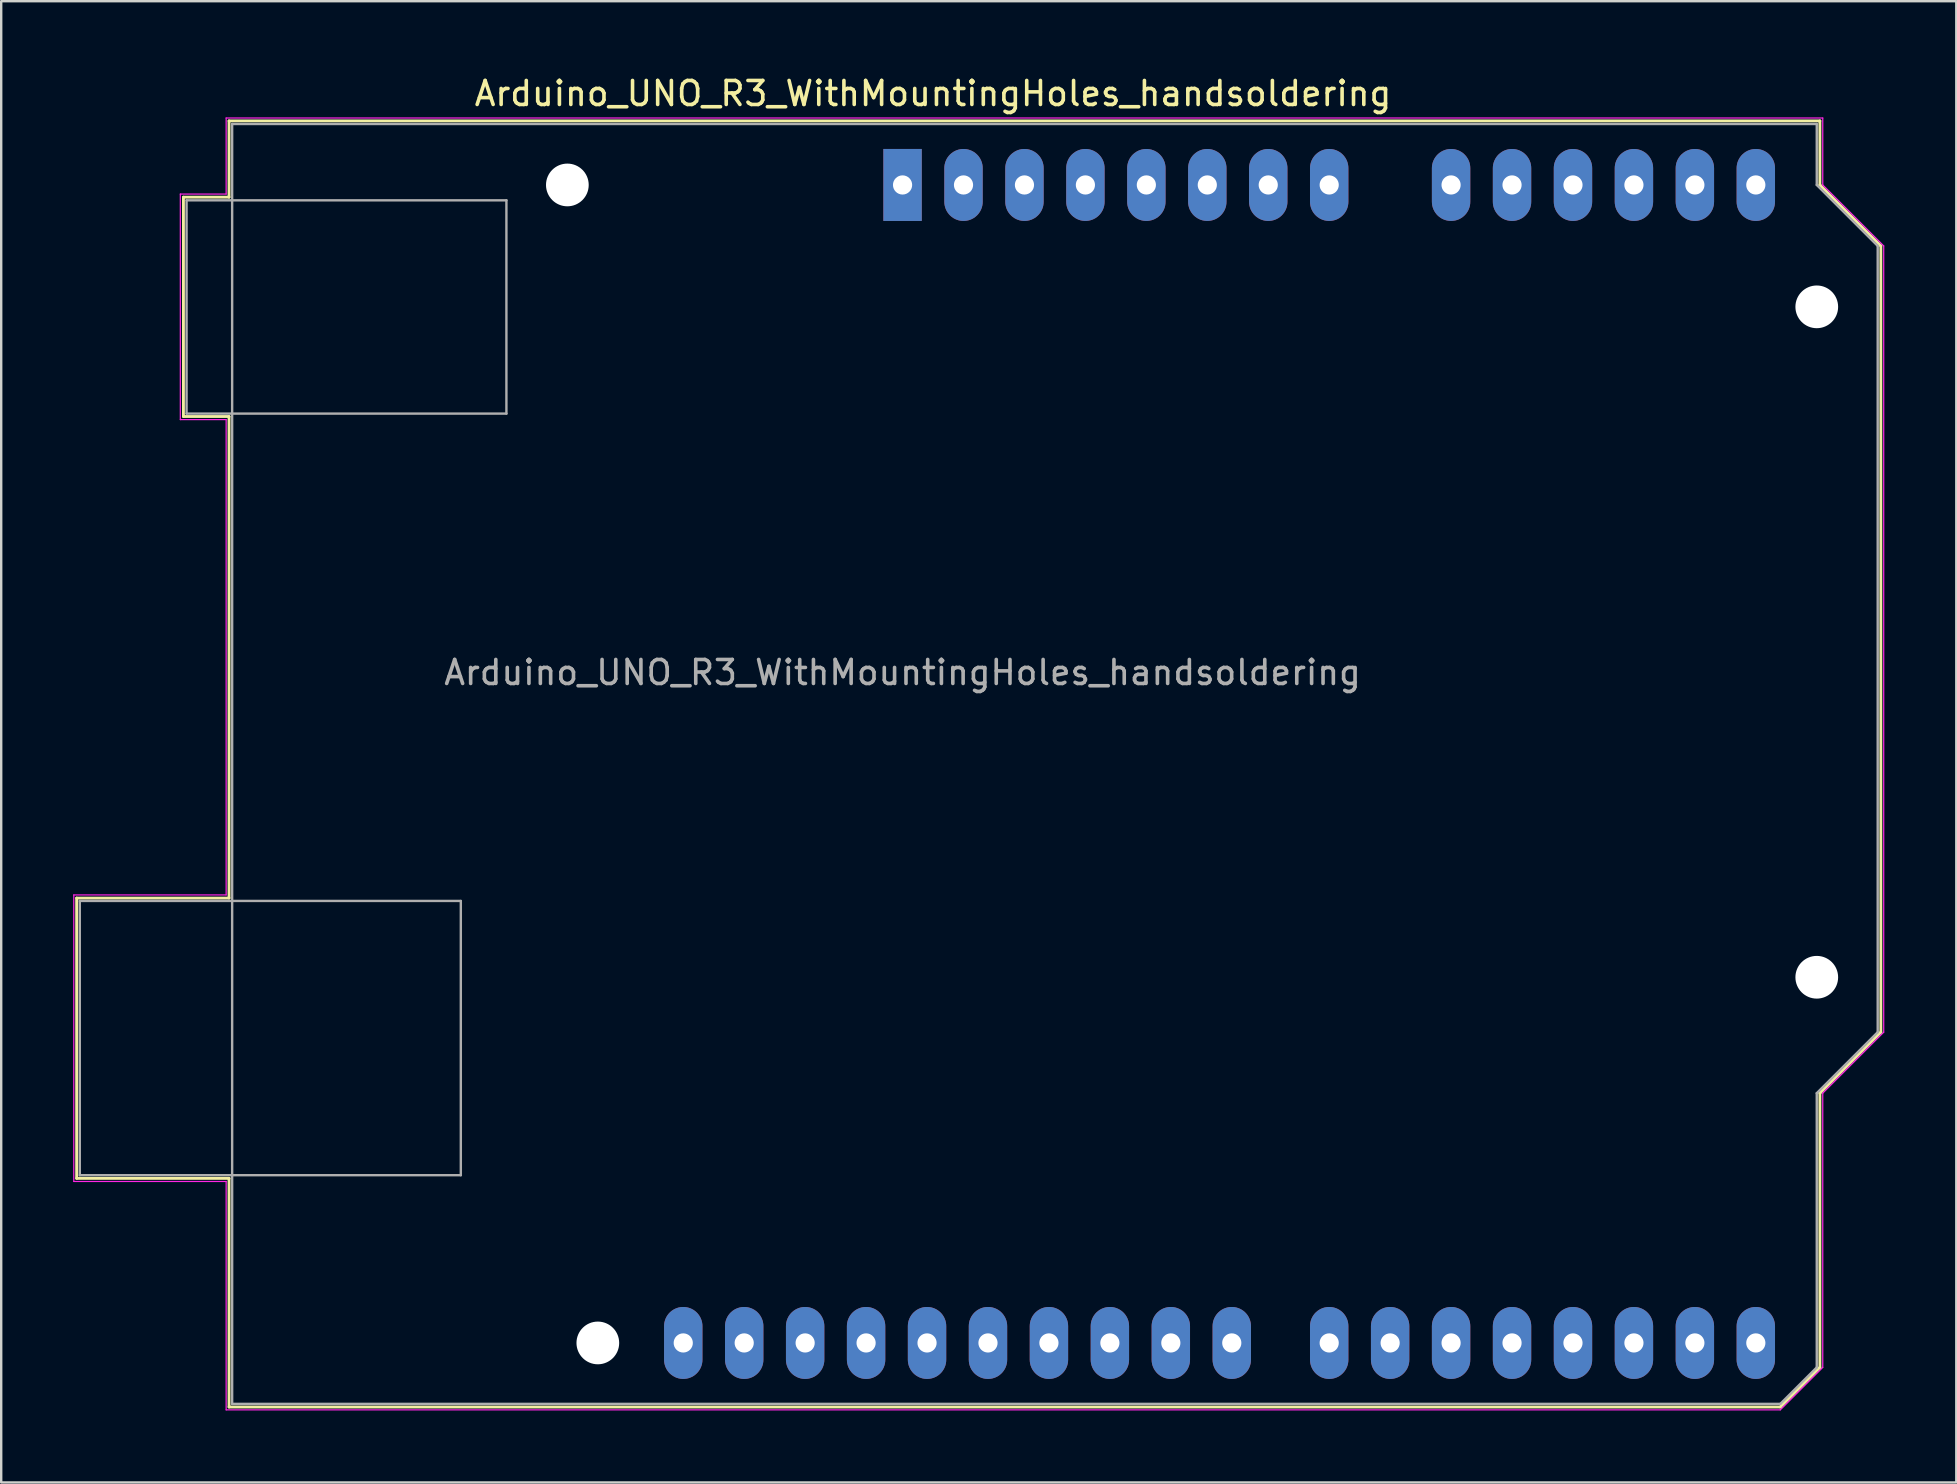
<source format=kicad_pcb>
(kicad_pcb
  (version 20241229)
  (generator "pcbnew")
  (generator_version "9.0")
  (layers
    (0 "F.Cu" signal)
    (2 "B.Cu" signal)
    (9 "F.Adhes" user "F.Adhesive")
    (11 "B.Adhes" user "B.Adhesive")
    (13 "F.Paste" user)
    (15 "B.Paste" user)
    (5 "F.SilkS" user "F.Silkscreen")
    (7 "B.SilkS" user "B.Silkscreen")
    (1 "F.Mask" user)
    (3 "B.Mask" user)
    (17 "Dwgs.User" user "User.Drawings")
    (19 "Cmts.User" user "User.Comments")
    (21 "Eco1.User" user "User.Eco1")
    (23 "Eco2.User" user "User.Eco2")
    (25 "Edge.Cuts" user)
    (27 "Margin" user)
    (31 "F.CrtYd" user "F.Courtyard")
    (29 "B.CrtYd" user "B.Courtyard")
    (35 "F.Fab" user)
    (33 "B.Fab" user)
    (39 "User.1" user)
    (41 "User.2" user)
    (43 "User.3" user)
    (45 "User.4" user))
  (footprint "Arduino_UNO_R3_WithMountingHoles_handsoldering"
    (layer "F.Cu")
    (at 34.565 4.658)
    (property "Reference" "Arduino_UNO_R3_WithMountingHoles_handsoldering" (at 1.27 -3.81 180) (layer "F.SilkS") (effects (font (size 1 1) (thickness 0.15))))
    (attr through_hole)
    (fp_line (start -34.42 29.72) (end -34.42 41.4) (stroke (width 0.12) (type solid)) (layer "F.SilkS"))
    (fp_line (start -34.42 41.4) (end -28.07 41.4) (stroke (width 0.12) (type solid)) (layer "F.SilkS"))
    (fp_line (start -29.97 0.51) (end -29.97 9.65) (stroke (width 0.12) (type solid)) (layer "F.SilkS"))
    (fp_line (start -29.97 9.65) (end -28.07 9.65) (stroke (width 0.12) (type solid)) (layer "F.SilkS"))
    (fp_line (start -28.07 -2.67) (end -28.07 0.51) (stroke (width 0.12) (type solid)) (layer "F.SilkS"))
    (fp_line (start -28.07 0.51) (end -29.97 0.51) (stroke (width 0.12) (type solid)) (layer "F.SilkS"))
    (fp_line (start -28.07 9.65) (end -28.07 29.72) (stroke (width 0.12) (type solid)) (layer "F.SilkS"))
    (fp_line (start -28.07 29.72) (end -34.42 29.72) (stroke (width 0.12) (type solid)) (layer "F.SilkS"))
    (fp_line (start -28.07 41.4) (end -28.07 50.93) (stroke (width 0.12) (type solid)) (layer "F.SilkS"))
    (fp_line (start -28.07 50.93) (end 36.58 50.93) (stroke (width 0.12) (type solid)) (layer "F.SilkS"))
    (fp_line (start 36.58 50.93) (end 38.23 49.28) (stroke (width 0.12) (type solid)) (layer "F.SilkS"))
    (fp_line (start 38.23 -2.67) (end -28.07 -2.67) (stroke (width 0.12) (type solid)) (layer "F.SilkS"))
    (fp_line (start 38.23 0) (end 38.23 -2.67) (stroke (width 0.12) (type solid)) (layer "F.SilkS"))
    (fp_line (start 38.23 37.85) (end 40.77 35.31) (stroke (width 0.12) (type solid)) (layer "F.SilkS"))
    (fp_line (start 38.23 49.28) (end 38.23 37.85) (stroke (width 0.12) (type solid)) (layer "F.SilkS"))
    (fp_line (start 40.77 2.54) (end 38.23 0) (stroke (width 0.12) (type solid)) (layer "F.SilkS"))
    (fp_line (start 40.77 35.31) (end 40.77 2.54) (stroke (width 0.12) (type solid)) (layer "F.SilkS"))
    (fp_line (start -34.54 29.59) (end -28.19 29.59) (stroke (width 0.05) (type solid)) (layer "F.CrtYd"))
    (fp_line (start -34.54 41.53) (end -34.54 29.59) (stroke (width 0.05) (type solid)) (layer "F.CrtYd"))
    (fp_line (start -30.1 0.38) (end -28.19 0.38) (stroke (width 0.05) (type solid)) (layer "F.CrtYd"))
    (fp_line (start -30.1 9.78) (end -30.1 0.38) (stroke (width 0.05) (type solid)) (layer "F.CrtYd"))
    (fp_line (start -28.19 -2.79) (end 38.35 -2.79) (stroke (width 0.05) (type solid)) (layer "F.CrtYd"))
    (fp_line (start -28.19 0.38) (end -28.19 -2.79) (stroke (width 0.05) (type solid)) (layer "F.CrtYd"))
    (fp_line (start -28.19 9.78) (end -30.1 9.78) (stroke (width 0.05) (type solid)) (layer "F.CrtYd"))
    (fp_line (start -28.19 29.59) (end -28.19 9.78) (stroke (width 0.05) (type solid)) (layer "F.CrtYd"))
    (fp_line (start -28.19 41.53) (end -34.54 41.53) (stroke (width 0.05) (type solid)) (layer "F.CrtYd"))
    (fp_line (start -28.19 51.05) (end -28.19 41.53) (stroke (width 0.05) (type solid)) (layer "F.CrtYd"))
    (fp_line (start 36.58 51.05) (end -28.19 51.05) (stroke (width 0.05) (type solid)) (layer "F.CrtYd"))
    (fp_line (start 38.35 -2.79) (end 38.35 0) (stroke (width 0.05) (type solid)) (layer "F.CrtYd"))
    (fp_line (start 38.35 0) (end 40.89 2.54) (stroke (width 0.05) (type solid)) (layer "F.CrtYd"))
    (fp_line (start 38.35 37.85) (end 38.35 49.28) (stroke (width 0.05) (type solid)) (layer "F.CrtYd"))
    (fp_line (start 38.35 49.28) (end 36.58 51.05) (stroke (width 0.05) (type solid)) (layer "F.CrtYd"))
    (fp_line (start 40.89 2.54) (end 40.89 35.31) (stroke (width 0.05) (type solid)) (layer "F.CrtYd"))
    (fp_line (start 40.89 35.31) (end 38.35 37.85) (stroke (width 0.05) (type solid)) (layer "F.CrtYd"))
    (fp_line (start -34.29 29.84) (end -18.41 29.84) (stroke (width 0.1) (type solid)) (layer "F.Fab"))
    (fp_line (start -34.29 41.27) (end -34.29 29.84) (stroke (width 0.1) (type solid)) (layer "F.Fab"))
    (fp_line (start -29.84 0.64) (end -16.51 0.64) (stroke (width 0.1) (type solid)) (layer "F.Fab"))
    (fp_line (start -29.84 9.53) (end -29.84 0.64) (stroke (width 0.1) (type solid)) (layer "F.Fab"))
    (fp_line (start -27.94 -2.54) (end 38.1 -2.54) (stroke (width 0.1) (type solid)) (layer "F.Fab"))
    (fp_line (start -27.94 50.8) (end -27.94 -2.54) (stroke (width 0.1) (type solid)) (layer "F.Fab"))
    (fp_line (start -18.41 29.84) (end -18.41 41.27) (stroke (width 0.1) (type solid)) (layer "F.Fab"))
    (fp_line (start -18.41 41.27) (end -34.29 41.27) (stroke (width 0.1) (type solid)) (layer "F.Fab"))
    (fp_line (start -16.51 0.64) (end -16.51 9.53) (stroke (width 0.1) (type solid)) (layer "F.Fab"))
    (fp_line (start -16.51 9.53) (end -29.84 9.53) (stroke (width 0.1) (type solid)) (layer "F.Fab"))
    (fp_line (start 36.58 50.8) (end -27.94 50.8) (stroke (width 0.1) (type solid)) (layer "F.Fab"))
    (fp_line (start 38.1 -2.54) (end 38.1 0) (stroke (width 0.1) (type solid)) (layer "F.Fab"))
    (fp_line (start 38.1 0) (end 40.64 2.54) (stroke (width 0.1) (type solid)) (layer "F.Fab"))
    (fp_line (start 38.1 37.85) (end 38.1 49.28) (stroke (width 0.1) (type solid)) (layer "F.Fab"))
    (fp_line (start 38.1 49.28) (end 36.58 50.8) (stroke (width 0.1) (type solid)) (layer "F.Fab"))
    (fp_line (start 40.64 2.54) (end 40.64 35.31) (stroke (width 0.1) (type solid)) (layer "F.Fab"))
    (fp_line (start 40.64 35.31) (end 38.1 37.85) (stroke (width 0.1) (type solid)) (layer "F.Fab"))
    (fp_text user "${REFERENCE}" (at 0 20.32 180) (layer "F.Fab") (effects (font (size 1 1) (thickness 0.15))))
    (pad "" np_thru_hole circle (at -13.97 0 90) (size 1.78 1.78) (drill 1.78) (layers "*.Cu" "*.Mask"))
    (pad "" np_thru_hole circle (at -12.7 48.26 90) (size 1.78 1.78) (drill 1.78) (layers "*.Cu" "*.Mask"))
    (pad "" np_thru_hole circle (at 38.1 5.08 90) (size 1.78 1.78) (drill 1.78) (layers "*.Cu" "*.Mask"))
    (pad "" np_thru_hole circle (at 38.1 33.02 90) (size 1.78 1.78) (drill 1.78) (layers "*.Cu" "*.Mask"))
    (pad "1" thru_hole rect (at 0 0 90) (size 3 1.6) (drill 0.8) (layers "*.Cu" "*.Mask"))
    (pad "2" thru_hole oval (at 2.54 0 90) (size 3 1.6) (drill 0.8) (layers "*.Cu" "*.Mask"))
    (pad "3" thru_hole oval (at 5.08 0 90) (size 3 1.6) (drill 0.8) (layers "*.Cu" "*.Mask"))
    (pad "4" thru_hole oval (at 7.62 0 90) (size 3 1.6) (drill 0.8) (layers "*.Cu" "*.Mask"))
    (pad "5" thru_hole oval (at 10.16 0 90) (size 3 1.6) (drill 0.8) (layers "*.Cu" "*.Mask"))
    (pad "6" thru_hole oval (at 12.7 0 90) (size 3 1.6) (drill 0.8) (layers "*.Cu" "*.Mask"))
    (pad "7" thru_hole oval (at 15.24 0 90) (size 3 1.6) (drill 0.8) (layers "*.Cu" "*.Mask"))
    (pad "8" thru_hole oval (at 17.78 0 90) (size 3 1.6) (drill 0.8) (layers "*.Cu" "*.Mask"))
    (pad "9" thru_hole oval (at 22.86 0 90) (size 3 1.6) (drill 0.8) (layers "*.Cu" "*.Mask"))
    (pad "10" thru_hole oval (at 25.4 0 90) (size 3 1.6) (drill 0.8) (layers "*.Cu" "*.Mask"))
    (pad "11" thru_hole oval (at 27.94 0 90) (size 3 1.6) (drill 0.8) (layers "*.Cu" "*.Mask"))
    (pad "12" thru_hole oval (at 30.48 0 90) (size 3 1.6) (drill 0.8) (layers "*.Cu" "*.Mask"))
    (pad "13" thru_hole oval (at 33.02 0 90) (size 3 1.6) (drill 0.8) (layers "*.Cu" "*.Mask"))
    (pad "14" thru_hole oval (at 35.56 0 90) (size 3 1.6) (drill 0.8) (layers "*.Cu" "*.Mask"))
    (pad "15" thru_hole oval (at 35.56 48.26 90) (size 3 1.6) (drill 0.8) (layers "*.Cu" "*.Mask"))
    (pad "16" thru_hole oval (at 33.02 48.26 90) (size 3 1.6) (drill 0.8) (layers "*.Cu" "*.Mask"))
    (pad "17" thru_hole oval (at 30.48 48.26 90) (size 3 1.6) (drill 0.8) (layers "*.Cu" "*.Mask"))
    (pad "18" thru_hole oval (at 27.94 48.26 90) (size 3 1.6) (drill 0.8) (layers "*.Cu" "*.Mask"))
    (pad "19" thru_hole oval (at 25.4 48.26 90) (size 3 1.6) (drill 0.8) (layers "*.Cu" "*.Mask"))
    (pad "20" thru_hole oval (at 22.86 48.26 90) (size 3 1.6) (drill 0.8) (layers "*.Cu" "*.Mask"))
    (pad "21" thru_hole oval (at 20.32 48.26 90) (size 3 1.6) (drill 0.8) (layers "*.Cu" "*.Mask"))
    (pad "22" thru_hole oval (at 17.78 48.26 90) (size 3 1.6) (drill 0.8) (layers "*.Cu" "*.Mask"))
    (pad "23" thru_hole oval (at 13.72 48.26 90) (size 3 1.6) (drill 0.8) (layers "*.Cu" "*.Mask"))
    (pad "24" thru_hole oval (at 11.18 48.26 90) (size 3 1.6) (drill 0.8) (layers "*.Cu" "*.Mask"))
    (pad "25" thru_hole oval (at 8.64 48.26 90) (size 3 1.6) (drill 0.8) (layers "*.Cu" "*.Mask"))
    (pad "26" thru_hole oval (at 6.1 48.26 90) (size 3 1.6) (drill 0.8) (layers "*.Cu" "*.Mask"))
    (pad "27" thru_hole oval (at 3.56 48.26 90) (size 3 1.6) (drill 0.8) (layers "*.Cu" "*.Mask"))
    (pad "28" thru_hole oval (at 1.02 48.26 90) (size 3 1.6) (drill 0.8) (layers "*.Cu" "*.Mask"))
    (pad "29" thru_hole oval (at -1.52 48.26 90) (size 3 1.6) (drill 0.8) (layers "*.Cu" "*.Mask"))
    (pad "30" thru_hole oval (at -4.06 48.26 90) (size 3 1.6) (drill 0.8) (layers "*.Cu" "*.Mask"))
    (pad "31" thru_hole oval (at -6.6 48.26 90) (size 3 1.6) (drill 0.8) (layers "*.Cu" "*.Mask"))
    (pad "32" thru_hole oval (at -9.14 48.26 90) (size 3 1.6) (drill 0.8) (layers "*.Cu" "*.Mask")))
  (gr_rect
    (start -3 -3)
    (end 78.48 58.733)
    (stroke (width 0.1) (type default))
    (fill no)
    (layer "Edge.Cuts")))
</source>
